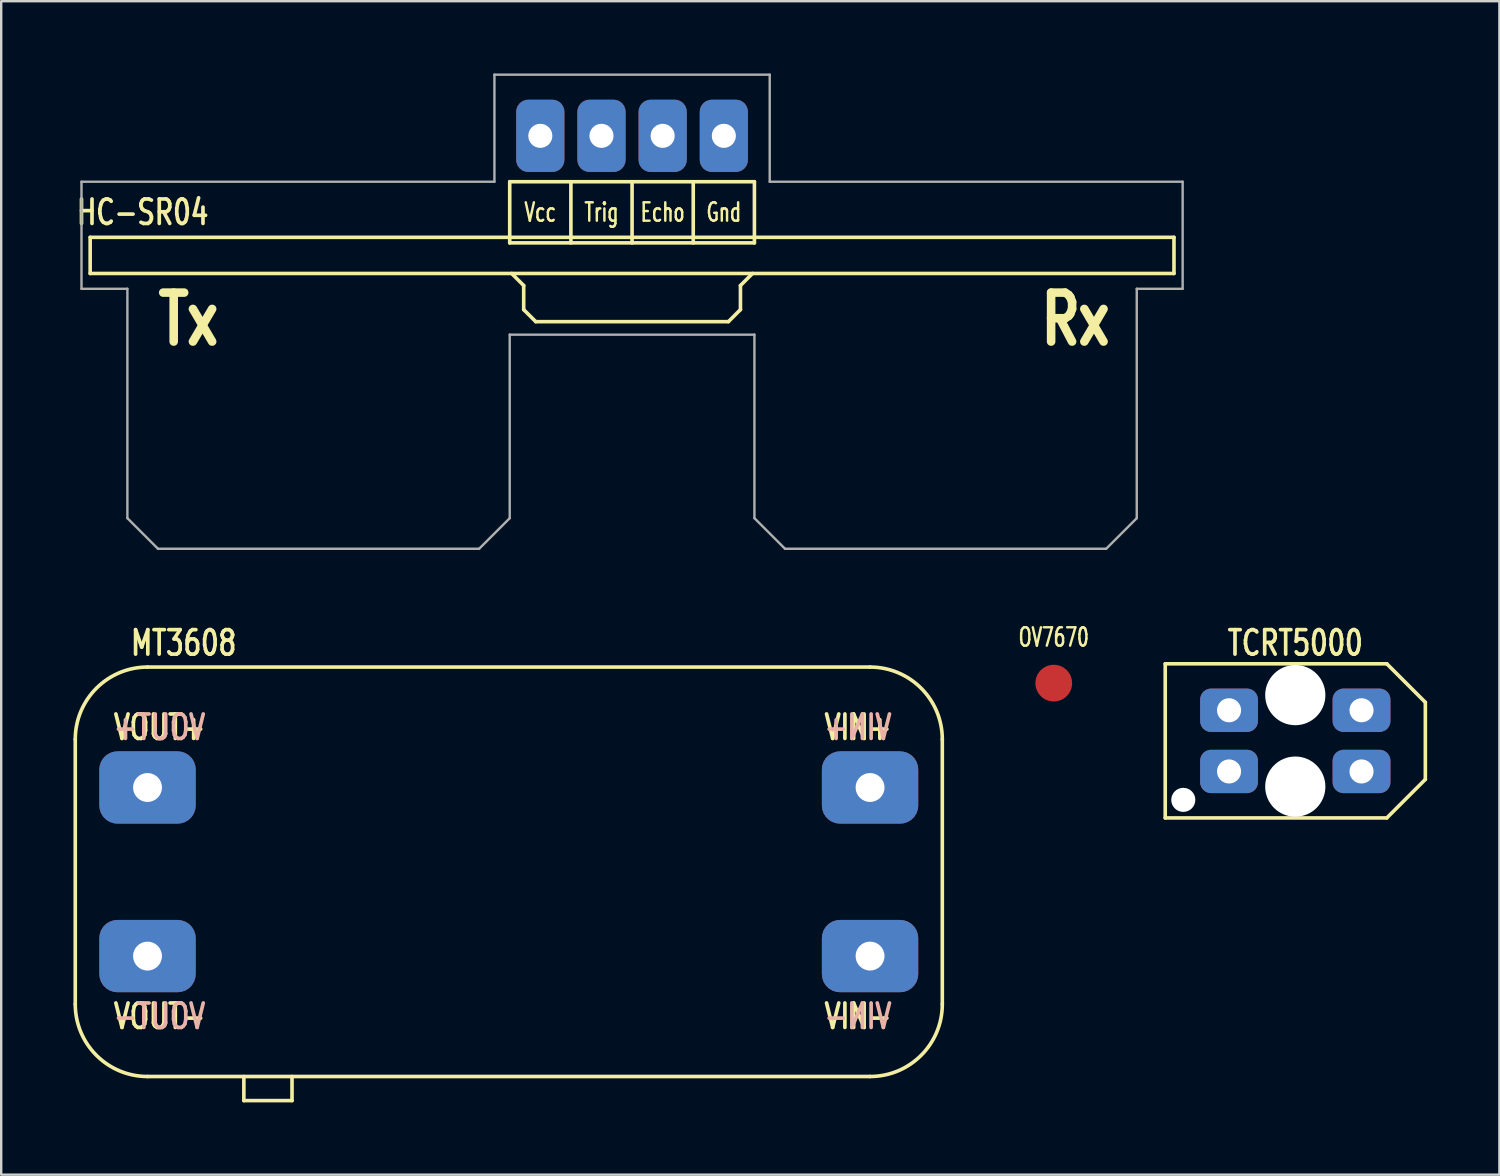
<source format=kicad_pcb>
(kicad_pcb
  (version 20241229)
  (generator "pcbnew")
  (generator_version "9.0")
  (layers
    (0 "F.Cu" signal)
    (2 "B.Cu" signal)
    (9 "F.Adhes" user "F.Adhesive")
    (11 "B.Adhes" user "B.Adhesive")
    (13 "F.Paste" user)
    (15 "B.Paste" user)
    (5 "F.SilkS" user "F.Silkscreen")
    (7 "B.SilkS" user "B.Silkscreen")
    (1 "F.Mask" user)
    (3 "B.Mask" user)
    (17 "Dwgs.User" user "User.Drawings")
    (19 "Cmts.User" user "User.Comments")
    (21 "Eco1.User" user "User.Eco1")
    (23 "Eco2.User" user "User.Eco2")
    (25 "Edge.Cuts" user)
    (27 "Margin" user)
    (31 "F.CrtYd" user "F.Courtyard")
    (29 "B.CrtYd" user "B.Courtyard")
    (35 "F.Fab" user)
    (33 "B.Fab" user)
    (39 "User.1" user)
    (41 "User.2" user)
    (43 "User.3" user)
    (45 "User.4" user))
  (footprint "MT3608"
    (layer "F.Cu")
    (at 18.075 33.147)
    (property "Reference" "MT3608" (at -13.5 -9.5 0) (layer "F.SilkS") (effects (font (size 1.016 0.762) (thickness 0.152))))
    (attr through_hole)
    (fp_line (start -18 -5.5) (end -18 5.5) (stroke (width 0.15) (type solid)) (layer "F.SilkS"))
    (fp_line (start -15 8.5) (end 15 8.5) (stroke (width 0.15) (type solid)) (layer "F.SilkS"))
    (fp_line (start -11 8.5) (end -11 9.5) (stroke (width 0.15) (type solid)) (layer "F.SilkS"))
    (fp_line (start -11 9.5) (end -9 9.5) (stroke (width 0.15) (type solid)) (layer "F.SilkS"))
    (fp_line (start -9 9.5) (end -9 8.5) (stroke (width 0.15) (type solid)) (layer "F.SilkS"))
    (fp_line (start 15 -8.5) (end -15 -8.5) (stroke (width 0.15) (type solid)) (layer "F.SilkS"))
    (fp_line (start 18 5.5) (end 18 -5.5) (stroke (width 0.15) (type solid)) (layer "F.SilkS"))
    (fp_arc (start -18 -5.5) (mid -17.12132 -7.62132) (end -15 -8.5) (stroke (width 0.15) (type solid)) (layer "F.SilkS"))
    (fp_arc (start -15 8.5) (mid -17.12132 7.62132) (end -18 5.5) (stroke (width 0.15) (type solid)) (layer "F.SilkS"))
    (fp_arc (start 15 -8.5) (mid 17.12132 -7.62132) (end 18 -5.5) (stroke (width 0.15) (type solid)) (layer "F.SilkS"))
    (fp_arc (start 18 5.5) (mid 17.12132 7.62132) (end 15 8.5) (stroke (width 0.15) (type solid)) (layer "F.SilkS"))
    (fp_text user "VIN+" (at 14.5 -6 0) (layer "F.SilkS") (effects (font (size 1.016 0.762) (thickness 0.152))))
    (fp_text user "VOUT+" (at -14.5 -6 0) (layer "F.SilkS") (effects (font (size 1.016 0.762) (thickness 0.152))))
    (fp_text user "VOUT-" (at -14.5 6 0) (layer "F.SilkS") (effects (font (size 1.016 0.762) (thickness 0.152))))
    (fp_text user "VIN-" (at 14.5 6 0) (layer "F.SilkS") (effects (font (size 1.016 0.762) (thickness 0.152))))
    (fp_text user "VOUT-" (at -14.5 6 0) (layer "B.SilkS") (effects (font (size 1.016 0.762) (thickness 0.152)) (justify mirror)))
    (fp_text user "VIN+" (at 14.5 -6 0) (layer "B.SilkS") (effects (font (size 1.016 0.762) (thickness 0.152)) (justify mirror)))
    (fp_text user "VOUT+" (at -14.5 -6 0) (layer "B.SilkS") (effects (font (size 1.016 0.762) (thickness 0.152)) (justify mirror)))
    (fp_text user "VIN-" (at 14.5 6 0) (layer "B.SilkS") (effects (font (size 1.016 0.762) (thickness 0.152)) (justify mirror)))
    (pad "VIm" thru_hole roundrect (at 15 3.5) (size 4 3) (drill 1.2) (layers "*.Cu" "*.Mask") (roundrect_rratio 0.25))
    (pad "VIp" thru_hole roundrect (at 15 -3.5) (size 4 3) (drill 1.2) (layers "*.Cu" "*.Mask") (roundrect_rratio 0.25))
    (pad "VOm" thru_hole roundrect (at -15 3.5) (size 4 3) (drill 1.2) (layers "*.Cu" "*.Mask") (roundrect_rratio 0.25))
    (pad "VOp" thru_hole roundrect (at -15 -3.5) (size 4 3) (drill 1.2) (layers "*.Cu" "*.Mask") (roundrect_rratio 0.25)))
  (footprint "OV7670"
    (layer "F.Cu")
    (at 40.703 25.314)
    (property "Reference" "OV7670" (at 0 -1.905 0) (layer "F.SilkS") (effects (font (size 0.762 0.508) (thickness 0.102))))
    (attr through_hole)
    (pad "1" smd circle (at 0 0) (size 1.524 1.524) (layers "F.Cu" "F.Mask" "F.Paste")))
  (footprint "HC-SR04"
    (layer "F.Cu")
    (at 23.194 8.305)
    (property "Reference" "HC-SR04" (at -20.32 -2.54 0) (layer "F.SilkS") (effects (font (size 1.016 0.762) (thickness 0.152))))
    (attr through_hole)
    (fp_line (start -22.5 -1.5) (end 22.5 -1.5) (stroke (width 0.15) (type solid)) (layer "F.SilkS"))
    (fp_line (start -22.5 0) (end -22.5 -1.5) (stroke (width 0.15) (type solid)) (layer "F.SilkS"))
    (fp_line (start -5.08 -3.81) (end -5.08 -1.27) (stroke (width 0.15) (type solid)) (layer "F.SilkS"))
    (fp_line (start -5.08 -3.81) (end 5.08 -3.81) (stroke (width 0.15) (type solid)) (layer "F.SilkS"))
    (fp_line (start -5 0) (end -4.5 0.5) (stroke (width 0.15) (type solid)) (layer "F.SilkS"))
    (fp_line (start -4.5 0.5) (end -4.5 1.5) (stroke (width 0.15) (type solid)) (layer "F.SilkS"))
    (fp_line (start -4.5 1.5) (end -4 2) (stroke (width 0.15) (type solid)) (layer "F.SilkS"))
    (fp_line (start -4 2) (end 4 2) (stroke (width 0.15) (type solid)) (layer "F.SilkS"))
    (fp_line (start -2.54 -3.81) (end -2.54 -1.27) (stroke (width 0.15) (type solid)) (layer "F.SilkS"))
    (fp_line (start 0 -3.81) (end 0 -1.27) (stroke (width 0.15) (type solid)) (layer "F.SilkS"))
    (fp_line (start 2.54 -3.81) (end 2.54 -1.27) (stroke (width 0.15) (type solid)) (layer "F.SilkS"))
    (fp_line (start 4 2) (end 4.5 1.5) (stroke (width 0.15) (type solid)) (layer "F.SilkS"))
    (fp_line (start 4.5 0.5) (end 5 0) (stroke (width 0.15) (type solid)) (layer "F.SilkS"))
    (fp_line (start 4.5 1.5) (end 4.5 0.5) (stroke (width 0.15) (type solid)) (layer "F.SilkS"))
    (fp_line (start 5.08 -3.81) (end 5.08 -1.27) (stroke (width 0.15) (type solid)) (layer "F.SilkS"))
    (fp_line (start 5.08 -1.27) (end -5.08 -1.27) (stroke (width 0.15) (type solid)) (layer "F.SilkS"))
    (fp_line (start 22.5 -1.5) (end 22.5 0) (stroke (width 0.15) (type solid)) (layer "F.SilkS"))
    (fp_line (start 22.5 0) (end -22.5 0) (stroke (width 0.15) (type solid)) (layer "F.SilkS"))
    (fp_line (start -22.86 -3.81) (end -5.715 -3.81) (stroke (width 0.1) (type solid)) (layer "F.Fab"))
    (fp_line (start -22.86 0.635) (end -22.86 -3.81) (stroke (width 0.1) (type solid)) (layer "F.Fab"))
    (fp_line (start -20.955 0.635) (end -22.86 0.635) (stroke (width 0.1) (type solid)) (layer "F.Fab"))
    (fp_line (start -20.955 10.16) (end -20.955 0.635) (stroke (width 0.1) (type solid)) (layer "F.Fab"))
    (fp_line (start -19.685 11.43) (end -20.955 10.16) (stroke (width 0.1) (type solid)) (layer "F.Fab"))
    (fp_line (start -6.35 11.43) (end -19.685 11.43) (stroke (width 0.1) (type solid)) (layer "F.Fab"))
    (fp_line (start -5.715 -8.255) (end 5.715 -8.255) (stroke (width 0.1) (type solid)) (layer "F.Fab"))
    (fp_line (start -5.715 -3.81) (end -5.715 -8.255) (stroke (width 0.1) (type solid)) (layer "F.Fab"))
    (fp_line (start -5.08 2.54) (end -5.08 10.16) (stroke (width 0.1) (type solid)) (layer "F.Fab"))
    (fp_line (start -5.08 10.16) (end -6.35 11.43) (stroke (width 0.1) (type solid)) (layer "F.Fab"))
    (fp_line (start 5.08 2.54) (end -5.08 2.54) (stroke (width 0.1) (type solid)) (layer "F.Fab"))
    (fp_line (start 5.08 10.16) (end 5.08 2.54) (stroke (width 0.1) (type solid)) (layer "F.Fab"))
    (fp_line (start 5.715 -8.255) (end 5.715 -3.81) (stroke (width 0.1) (type solid)) (layer "F.Fab"))
    (fp_line (start 5.715 -3.81) (end 22.86 -3.81) (stroke (width 0.1) (type solid)) (layer "F.Fab"))
    (fp_line (start 6.35 11.43) (end 5.08 10.16) (stroke (width 0.1) (type solid)) (layer "F.Fab"))
    (fp_line (start 19.685 11.43) (end 6.35 11.43) (stroke (width 0.1) (type solid)) (layer "F.Fab"))
    (fp_line (start 20.955 0.635) (end 20.955 10.16) (stroke (width 0.1) (type solid)) (layer "F.Fab"))
    (fp_line (start 20.955 10.16) (end 19.685 11.43) (stroke (width 0.1) (type solid)) (layer "F.Fab"))
    (fp_line (start 22.86 -3.81) (end 22.86 0.635) (stroke (width 0.1) (type solid)) (layer "F.Fab"))
    (fp_line (start 22.86 0.635) (end 20.955 0.635) (stroke (width 0.1) (type solid)) (layer "F.Fab"))
    (fp_text user "Tx" (at -18.415 1.905 0) (layer "F.SilkS") (effects (font (size 2.032 1.524) (thickness 0.356))))
    (fp_text user "Rx" (at 18.415 1.905 0) (layer "F.SilkS") (effects (font (size 2.032 1.524) (thickness 0.356))))
    (fp_text user "Gnd" (at 3.81 -2.54 0) (layer "F.SilkS") (effects (font (size 0.762 0.508) (thickness 0.102))))
    (fp_text user "Trig" (at -1.27 -2.54 0) (layer "F.SilkS") (effects (font (size 0.762 0.508) (thickness 0.102))))
    (fp_text user "Echo" (at 1.27 -2.54 0) (layer "F.SilkS") (effects (font (size 0.762 0.508) (thickness 0.102))))
    (fp_text user "Vcc" (at -3.81 -2.54 0) (layer "F.SilkS") (effects (font (size 0.762 0.508) (thickness 0.102))))
    (pad "1" thru_hole roundrect (at -3.81 -5.715) (size 2 3) (drill 1) (layers "*.Cu" "*.Mask") (roundrect_rratio 0.25))
    (pad "2" thru_hole roundrect (at -1.27 -5.715) (size 2 3) (drill 1) (layers "*.Cu" "*.Mask") (roundrect_rratio 0.25))
    (pad "3" thru_hole roundrect (at 1.27 -5.715) (size 2 3) (drill 1) (layers "*.Cu" "*.Mask") (roundrect_rratio 0.25))
    (pad "4" thru_hole roundrect (at 3.81 -5.715) (size 2 3) (drill 1) (layers "*.Cu" "*.Mask") (roundrect_rratio 0.25)))
  (footprint "TCRT5000"
    (layer "F.Cu")
    (at 50.731 27.711)
    (property "Reference" "TCRT5000" (at 0 -4.064 0) (layer "F.SilkS") (effects (font (size 1.016 0.762) (thickness 0.152))))
    (attr through_hole)
    (fp_line (start -5.4 3.2) (end -5.4 -3.2) (stroke (width 0.15) (type solid)) (layer "F.SilkS"))
    (fp_line (start -5.4 3.2) (end 3.8 3.2) (stroke (width 0.15) (type solid)) (layer "F.SilkS"))
    (fp_line (start 3.8 -3.2) (end -5.4 -3.2) (stroke (width 0.15) (type solid)) (layer "F.SilkS"))
    (fp_line (start 3.8 3.2) (end 5.4 1.6) (stroke (width 0.15) (type solid)) (layer "F.SilkS"))
    (fp_line (start 5.4 -1.6) (end 3.8 -3.2) (stroke (width 0.15) (type solid)) (layer "F.SilkS"))
    (fp_line (start 5.4 -1.6) (end 5.4 1.6) (stroke (width 0.15) (type solid)) (layer "F.SilkS"))
    (pad "" np_thru_hole circle (at -4.65 2.45) (size 1 1) (drill 1) (layers "*.Cu" "*.Mask"))
    (pad "" np_thru_hole circle (at 0 -1.9) (size 2.5 2.5) (drill 2.5) (layers "*.Cu" "*.Mask"))
    (pad "" np_thru_hole circle (at 0 1.9) (size 2.5 2.5) (drill 2.5) (layers "*.Cu" "*.Mask"))
    (pad "1" thru_hole roundrect (at 2.75 -1.27) (size 2.4 1.8) (drill 1) (layers "*.Cu" "*.Mask") (roundrect_rratio 0.25))
    (pad "2" thru_hole roundrect (at 2.75 1.27) (size 2.4 1.8) (drill 1) (layers "*.Cu" "*.Mask") (roundrect_rratio 0.25))
    (pad "3" thru_hole roundrect (at -2.75 -1.27) (size 2.4 1.8) (drill 1) (layers "*.Cu" "*.Mask") (roundrect_rratio 0.25))
    (pad "4" thru_hole roundrect (at -2.75 1.27) (size 2.4 1.8) (drill 1) (layers "*.Cu" "*.Mask") (roundrect_rratio 0.25)))
  (gr_rect
    (start -3 -3)
    (end 59.206 45.722)
    (stroke (width 0.1) (type default))
    (fill no)
    (layer "Edge.Cuts")))
</source>
